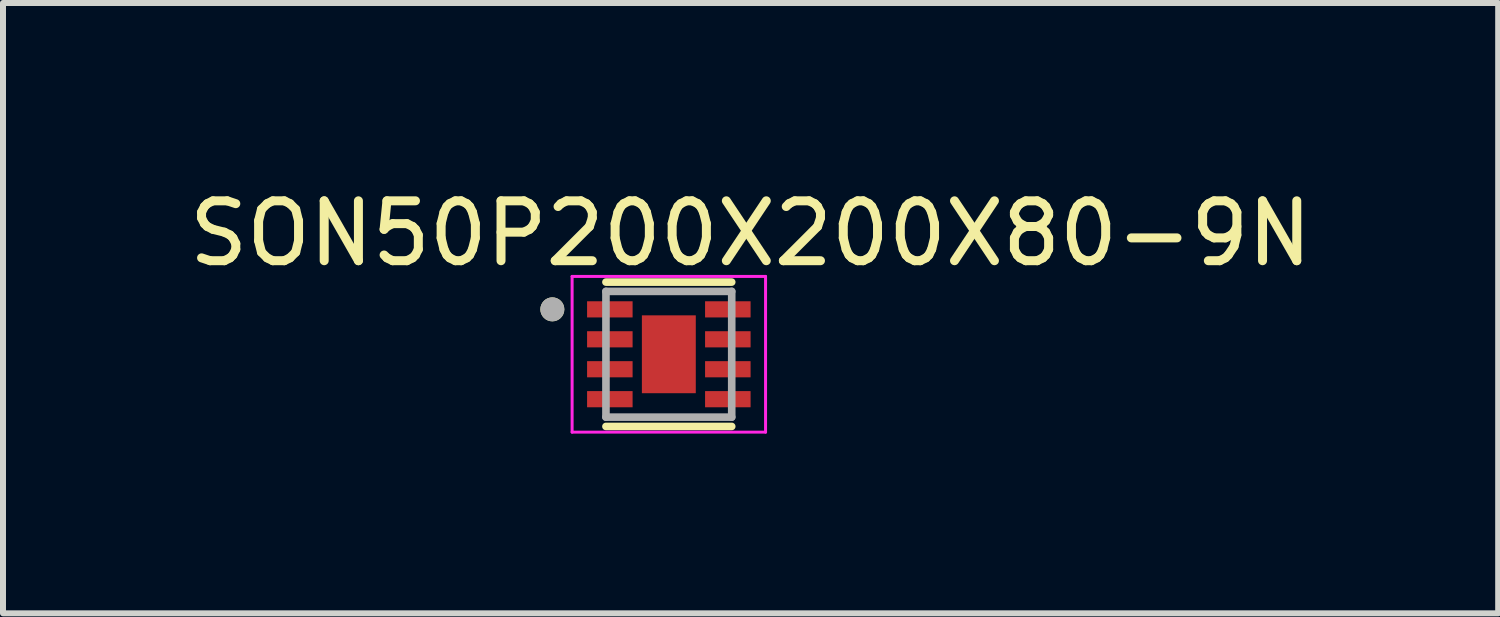
<source format=kicad_pcb>
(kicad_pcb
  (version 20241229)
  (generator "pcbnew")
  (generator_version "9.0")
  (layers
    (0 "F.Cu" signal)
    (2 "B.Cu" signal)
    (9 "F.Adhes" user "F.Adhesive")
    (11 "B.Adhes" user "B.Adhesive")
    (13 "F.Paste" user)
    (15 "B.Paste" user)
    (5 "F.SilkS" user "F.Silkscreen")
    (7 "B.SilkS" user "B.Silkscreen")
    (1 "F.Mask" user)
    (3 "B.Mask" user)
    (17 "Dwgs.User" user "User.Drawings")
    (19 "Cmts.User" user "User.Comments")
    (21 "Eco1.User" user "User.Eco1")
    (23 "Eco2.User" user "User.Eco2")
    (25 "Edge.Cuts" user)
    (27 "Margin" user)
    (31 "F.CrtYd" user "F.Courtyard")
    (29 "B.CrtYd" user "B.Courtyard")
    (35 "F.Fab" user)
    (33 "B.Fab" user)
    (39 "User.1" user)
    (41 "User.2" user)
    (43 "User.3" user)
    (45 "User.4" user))
  (footprint "SON50P200X200X80-9N"
    (layer "F.Cu")
    (at 8.117 2.865)
    (property "Reference" "SON50P200X200X80-9N" (at 1.365 -2.017 0) (layer "F.SilkS") (effects (font (size 1 1) (thickness 0.15))))
    (attr through_hole)
    (fp_line (start -1.05 -1.205) (end 1.05 -1.205) (stroke (width 0.127) (type solid)) (layer "F.SilkS"))
    (fp_line (start -1.05 1.205) (end 1.05 1.205) (stroke (width 0.127) (type solid)) (layer "F.SilkS"))
    (fp_circle (center -1.945 -0.75) (end -1.845 -0.75) (stroke (width 0.2) (type solid)) (fill no) (layer "F.SilkS"))
    (fp_poly (pts (xy -0.28 -0.41) (xy 0.28 -0.41) (xy 0.28 0.41) (xy -0.28 0.41)) (stroke (width 0.01) (type solid)) (fill yes) (layer "F.Paste"))
    (fp_line (start -1.615 -1.3) (end -1.615 1.3) (stroke (width 0.05) (type solid)) (layer "F.CrtYd"))
    (fp_line (start -1.615 -1.3) (end 1.615 -1.3) (stroke (width 0.05) (type solid)) (layer "F.CrtYd"))
    (fp_line (start -1.615 1.3) (end 1.615 1.3) (stroke (width 0.05) (type solid)) (layer "F.CrtYd"))
    (fp_line (start 1.615 -1.3) (end 1.615 1.3) (stroke (width 0.05) (type solid)) (layer "F.CrtYd"))
    (fp_line (start -1.05 -1.05) (end -1.05 1.05) (stroke (width 0.127) (type solid)) (layer "F.Fab"))
    (fp_line (start -1.05 -1.05) (end 1.05 -1.05) (stroke (width 0.127) (type solid)) (layer "F.Fab"))
    (fp_line (start -1.05 1.05) (end 1.05 1.05) (stroke (width 0.127) (type solid)) (layer "F.Fab"))
    (fp_line (start 1.05 -1.05) (end 1.05 1.05) (stroke (width 0.127) (type solid)) (layer "F.Fab"))
    (fp_circle (center -1.945 -0.75) (end -1.845 -0.75) (stroke (width 0.2) (type solid)) (fill no) (layer "F.Fab"))
    (pad "1" smd rect (at -0.985 -0.75) (size 0.76 0.27) (layers "F.Cu" "F.Mask" "F.Paste"))
    (pad "2" smd rect (at -0.985 -0.25) (size 0.76 0.27) (layers "F.Cu" "F.Mask" "F.Paste"))
    (pad "3" smd rect (at -0.985 0.25) (size 0.76 0.27) (layers "F.Cu" "F.Mask" "F.Paste"))
    (pad "4" smd rect (at -0.985 0.75) (size 0.76 0.27) (layers "F.Cu" "F.Mask" "F.Paste"))
    (pad "5" smd rect (at 0.985 0.75) (size 0.76 0.27) (layers "F.Cu" "F.Mask" "F.Paste"))
    (pad "6" smd rect (at 0.985 0.25) (size 0.76 0.27) (layers "F.Cu" "F.Mask" "F.Paste"))
    (pad "7" smd rect (at 0.985 -0.25) (size 0.76 0.27) (layers "F.Cu" "F.Mask" "F.Paste"))
    (pad "8" smd rect (at 0.985 -0.75) (size 0.76 0.27) (layers "F.Cu" "F.Mask" "F.Paste"))
    (pad "9" smd rect (at 0 0) (size 0.9 1.3) (layers "F.Cu" "F.Mask")))
  (gr_rect
    (start -3 -3)
    (end 21.964 7.19)
    (stroke (width 0.1) (type default))
    (fill no)
    (layer "Edge.Cuts")))
</source>
